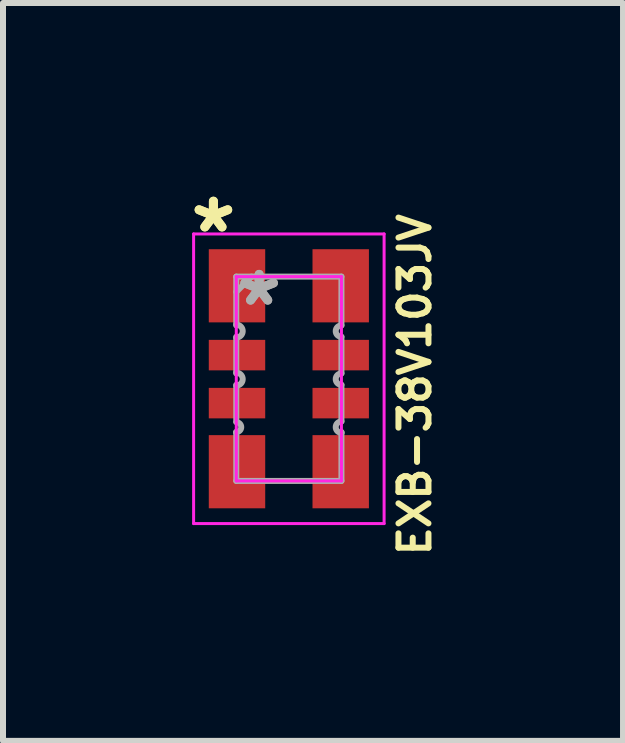
<source format=kicad_pcb>
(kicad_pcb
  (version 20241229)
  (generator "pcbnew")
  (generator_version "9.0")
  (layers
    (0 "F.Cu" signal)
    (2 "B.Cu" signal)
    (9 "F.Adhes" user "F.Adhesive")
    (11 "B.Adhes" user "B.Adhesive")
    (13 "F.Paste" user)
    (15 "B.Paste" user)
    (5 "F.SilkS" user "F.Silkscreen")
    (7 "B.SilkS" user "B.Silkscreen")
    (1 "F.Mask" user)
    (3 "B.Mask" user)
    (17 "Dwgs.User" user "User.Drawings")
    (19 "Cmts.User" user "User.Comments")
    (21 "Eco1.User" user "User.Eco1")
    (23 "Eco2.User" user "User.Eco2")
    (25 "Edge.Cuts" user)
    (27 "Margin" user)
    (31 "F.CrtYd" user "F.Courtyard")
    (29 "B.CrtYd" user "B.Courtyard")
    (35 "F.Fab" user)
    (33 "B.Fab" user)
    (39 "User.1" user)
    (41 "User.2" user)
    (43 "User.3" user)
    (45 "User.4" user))
  (footprint "EXB-38V103JV"
    (layer "F.Cu")
    (at 1.763 3.261)
    (property "Reference" "EXB-38V103JV" (at 2.1 0.1 270) (layer "F.SilkS") (effects (font (size 0.5 0.5) (thickness 0.1))))
    (attr through_hole)
    (fp_line (start -1.587 -2.413) (end 1.587 -2.413) (stroke (width 0.05) (type solid)) (layer "F.CrtYd"))
    (fp_line (start -1.587 2.413) (end -1.587 -2.413) (stroke (width 0.05) (type solid)) (layer "F.CrtYd"))
    (fp_line (start -0.876 -1.702) (end 0.876 -1.702) (stroke (width 0.05) (type solid)) (layer "F.CrtYd"))
    (fp_line (start -0.876 1.702) (end -0.876 -1.702) (stroke (width 0.05) (type solid)) (layer "F.CrtYd"))
    (fp_line (start 0.876 -1.702) (end 0.876 1.702) (stroke (width 0.05) (type solid)) (layer "F.CrtYd"))
    (fp_line (start 0.876 1.702) (end -0.876 1.702) (stroke (width 0.05) (type solid)) (layer "F.CrtYd"))
    (fp_line (start 1.587 -2.413) (end 1.587 2.413) (stroke (width 0.05) (type solid)) (layer "F.CrtYd"))
    (fp_line (start 1.587 2.413) (end -1.587 2.413) (stroke (width 0.05) (type solid)) (layer "F.CrtYd"))
    (fp_line (start -0.876 -1.702) (end 0.876 -1.702) (stroke (width 0.1) (type solid)) (layer "F.Fab"))
    (fp_line (start -0.876 -0.889) (end -0.876 -1.702) (stroke (width 0.1) (type solid)) (layer "F.Fab"))
    (fp_line (start -0.876 -0.699) (end -0.876 -0.089) (stroke (width 0.1) (type solid)) (layer "F.Fab"))
    (fp_line (start -0.876 0.101) (end -0.876 0.711) (stroke (width 0.1) (type solid)) (layer "F.Fab"))
    (fp_line (start -0.876 0.889) (end -0.876 1.702) (stroke (width 0.1) (type solid)) (layer "F.Fab"))
    (fp_line (start -0.876 0.901) (end -0.876 0.889) (stroke (width 0.1) (type solid)) (layer "F.Fab"))
    (fp_line (start -0.876 1.702) (end 0.876 1.702) (stroke (width 0.1) (type solid)) (layer "F.Fab"))
    (fp_line (start -0.622 -1.702) (end -0.876 -1.448) (stroke (width 0.1) (type solid)) (layer "F.Fab"))
    (fp_line (start 0.876 -0.889) (end 0.876 -1.702) (stroke (width 0.1) (type solid)) (layer "F.Fab"))
    (fp_line (start 0.876 -0.699) (end 0.876 -0.089) (stroke (width 0.1) (type solid)) (layer "F.Fab"))
    (fp_line (start 0.876 0.101) (end 0.876 0.711) (stroke (width 0.1) (type solid)) (layer "F.Fab"))
    (fp_line (start 0.876 0.889) (end 0.876 1.702) (stroke (width 0.1) (type solid)) (layer "F.Fab"))
    (fp_line (start 0.876 0.901) (end 0.876 0.889) (stroke (width 0.1) (type solid)) (layer "F.Fab"))
    (fp_arc (start -0.8763 -0.901398) (mid -0.768703 -0.793801) (end -0.8763 -0.686204) (stroke (width 0.1) (type solid)) (layer "F.Fab"))
    (fp_arc (start -0.8763 -0.101399) (mid -0.768701 0.0062) (end -0.8763 0.113799) (stroke (width 0.1) (type solid)) (layer "F.Fab"))
    (fp_arc (start -0.8763 0.723398) (mid -0.793499 0.806199) (end -0.8763 0.889) (stroke (width 0.1) (type solid)) (layer "F.Fab"))
    (fp_arc (start 0.8763 -0.698602) (mid 0.781101 -0.793801) (end 0.8763 -0.889) (stroke (width 0.1) (type solid)) (layer "F.Fab"))
    (fp_arc (start 0.8763 0.101399) (mid 0.781101 0.0062) (end 0.8763 -0.088999) (stroke (width 0.1) (type solid)) (layer "F.Fab"))
    (fp_arc (start 0.8763 0.901398) (mid 0.781101 0.806199) (end 0.8763 0.711) (stroke (width 0.1) (type solid)) (layer "F.Fab"))
    (fp_text user "*" (at -1.257 -2.413 0) (layer "F.SilkS") (effects (font (size 1 1) (thickness 0.15))))
    (fp_text user "*" (at -1.257 -2.413 0) (layer "F.SilkS") (effects (font (size 1 1) (thickness 0.15))))
    (fp_text user "*" (at -0.495 -1.194 0) (layer "F.Fab") (effects (font (size 1 1) (thickness 0.15))))
    (fp_text user "*" (at -0.495 -1.194 0) (layer "F.Fab") (effects (font (size 1 1) (thickness 0.15))))
    (pad "1" smd rect (at -0.864 -1.549) (size 0.94 1.219) (layers "F.Cu" "F.Mask" "F.Paste"))
    (pad "2" smd rect (at -0.864 -0.394) (size 0.94 0.508) (layers "F.Cu" "F.Mask" "F.Paste"))
    (pad "3" smd rect (at -0.864 0.406) (size 0.94 0.508) (layers "F.Cu" "F.Mask" "F.Paste"))
    (pad "4" smd rect (at -0.864 1.549) (size 0.94 1.219) (layers "F.Cu" "F.Mask" "F.Paste"))
    (pad "5" smd rect (at 0.864 1.549) (size 0.94 1.219) (layers "F.Cu" "F.Mask" "F.Paste"))
    (pad "6" smd rect (at 0.864 0.406) (size 0.94 0.508) (layers "F.Cu" "F.Mask" "F.Paste"))
    (pad "7" smd rect (at 0.864 -0.394) (size 0.94 0.508) (layers "F.Cu" "F.Mask" "F.Paste"))
    (pad "8" smd rect (at 0.864 -1.549) (size 0.94 1.219) (layers "F.Cu" "F.Mask" "F.Paste")))
  (gr_rect
    (start -3 -3)
    (end 7.331 9.295)
    (stroke (width 0.1) (type default))
    (fill no)
    (layer "Edge.Cuts")))
</source>
